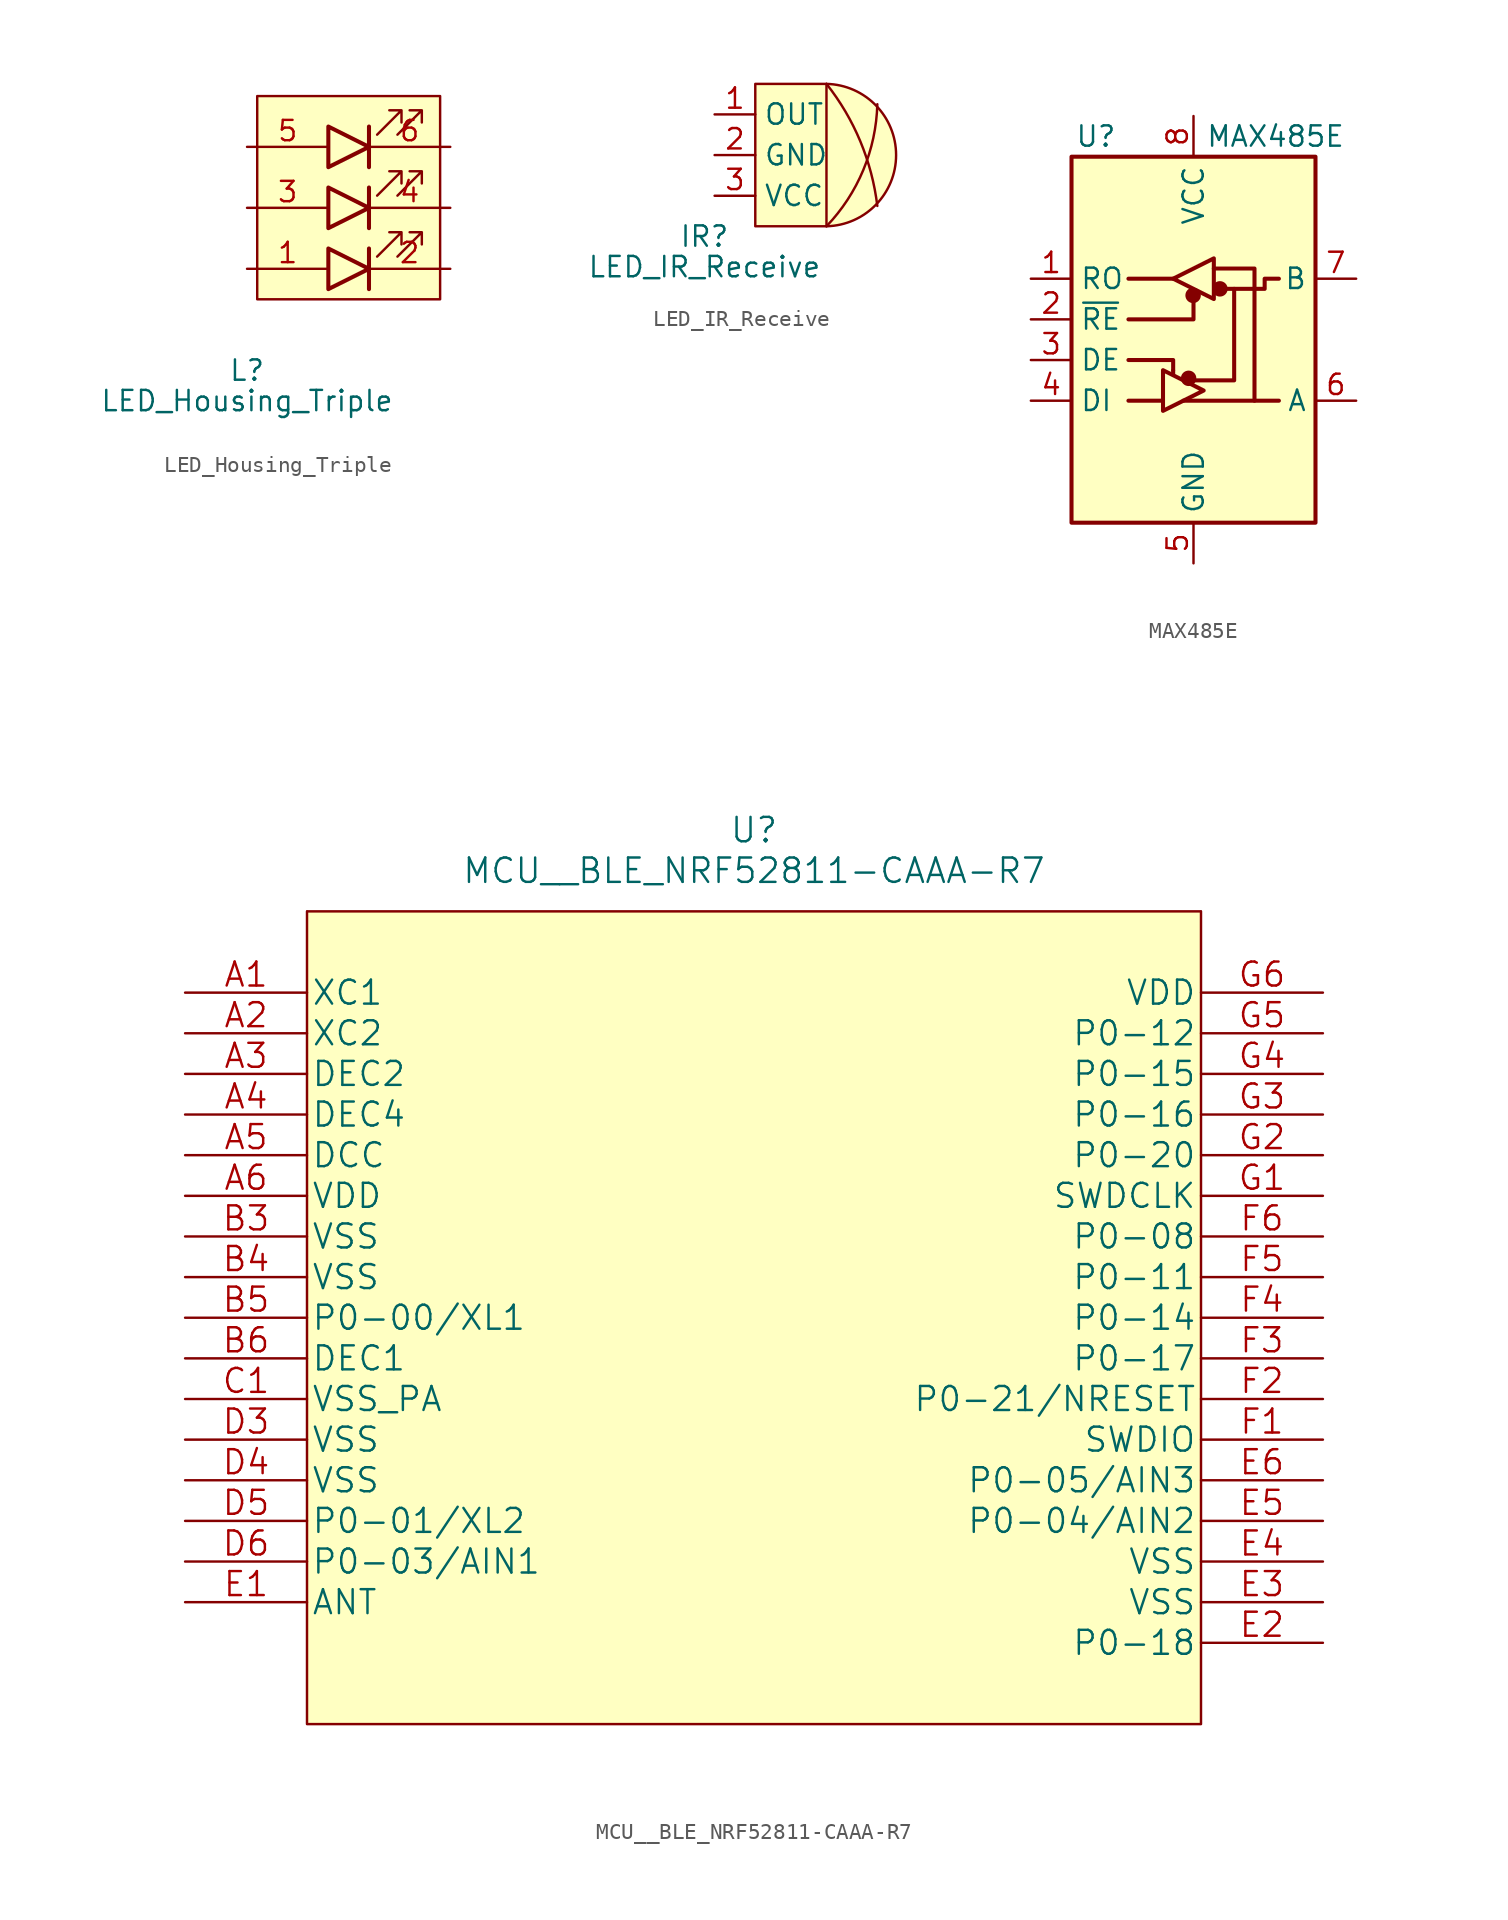
<source format=kicad_sym>
(kicad_symbol_lib
  (version 20220914)
  (generator kicad_symbol_editor)
  (symbol "LED_Housing_Triple"
    (property "Reference" "L"
      (at 0 -6.35 0)
      (effects (font (size 1.27 1.27))))
    (property "Value" "LED_Housing_Triple"
      (at 0 -8.255 0)
      (effects (font (size 1.27 1.27))))
    (symbol "LED_Housing_Triple_0_1"
      (polyline (pts (xy 7.62 1.27) (xy 7.62 -1.27)) (stroke (width 0.254) (type default)) (fill (type none)))
      (polyline (pts (xy 7.62 5.08) (xy 7.62 2.54)) (stroke (width 0.254) (type default)) (fill (type none)))
      (polyline (pts (xy 7.62 8.89) (xy 7.62 6.35)) (stroke (width 0.254) (type default)) (fill (type none)))
      (polyline (pts (xy 5.08 1.27) (xy 5.08 -1.27) (xy 7.62 0) (xy 5.08 1.27)) (stroke (width 0.254) (type default)) (fill (type background)))
      (polyline (pts (xy 5.08 5.08) (xy 5.08 2.54) (xy 7.62 3.81) (xy 5.08 5.08)) (stroke (width 0.254) (type default)) (fill (type background)))
      (polyline (pts (xy 5.08 8.89) (xy 5.08 6.35) (xy 7.62 7.62) (xy 5.08 8.89)) (stroke (width 0.254) (type default)) (fill (type background)))
      (polyline (pts (xy 8.128 0.762) (xy 9.652 2.286) (xy 8.89 2.286) (xy 9.652 2.286) (xy 9.652 1.524)) (stroke (width 0) (type default)) (fill (type none)))
      (polyline (pts (xy 8.128 4.572) (xy 9.652 6.096) (xy 8.89 6.096) (xy 9.652 6.096) (xy 9.652 5.334)) (stroke (width 0) (type default)) (fill (type none)))
      (polyline (pts (xy 8.128 8.382) (xy 9.652 9.906) (xy 8.89 9.906) (xy 9.652 9.906) (xy 9.652 9.144)) (stroke (width 0) (type default)) (fill (type none)))
      (polyline (pts (xy 9.398 0.762) (xy 10.922 2.286) (xy 10.16 2.286) (xy 10.922 2.286) (xy 10.922 1.524)) (stroke (width 0) (type default)) (fill (type none)))
      (polyline (pts (xy 9.398 4.572) (xy 10.922 6.096) (xy 10.16 6.096) (xy 10.922 6.096) (xy 10.922 5.334)) (stroke (width 0) (type default)) (fill (type none)))
      (polyline (pts (xy 9.398 8.382) (xy 10.922 9.906) (xy 10.16 9.906) (xy 10.922 9.906) (xy 10.922 9.144)) (stroke (width 0) (type default)) (fill (type none)))
      (rectangle (start 0.635 10.795) (end 12.065 -1.905) (stroke (width 0) (type default)) (fill (type background))))
    (symbol "LED_Housing_Triple_1_1"
      (pin passive line (at 0 0 0) (length 5.08) (name "" (effects (font (size 1.27 1.27)))) (number "1" (effects (font (size 1.27 1.27)))))
      (pin passive line (at 12.7 0 180) (length 5.08) (name "" (effects (font (size 1.27 1.27)))) (number "2" (effects (font (size 1.27 1.27)))))
      (pin passive line (at 0 3.81 0) (length 5.08) (name "" (effects (font (size 1.27 1.27)))) (number "3" (effects (font (size 1.27 1.27)))))
      (pin passive line (at 12.7 3.81 180) (length 5.08) (name "" (effects (font (size 1.27 1.27)))) (number "4" (effects (font (size 1.27 1.27)))))
      (pin passive line (at 0 7.62 0) (length 5.08) (name "" (effects (font (size 1.27 1.27)))) (number "5" (effects (font (size 1.27 1.27)))))
      (pin passive line (at 12.7 7.62 180) (length 5.08) (name "" (effects (font (size 1.27 1.27)))) (number "6" (effects (font (size 1.27 1.27)))))))
  (symbol "LED_IR_Receive"
    (property "Reference" "IR"
      (at -5.715 -10.16 0)
      (effects (font (size 1.27 1.27))))
    (property "Value" "LED_IR_Receive"
      (at -5.715 -12.065 0)
      (effects (font (size 1.27 1.27))))
    (symbol "LED_IR_Receive_0_1"
      (rectangle (start -2.54 -0.635) (end 1.905 -9.525) (stroke (width 0) (type default)) (fill (type background)))
      (arc (start 1.905 -9.525) (mid 6.2521 -5.08) (end 1.905 -0.635) (stroke (width 0) (type default)) (fill (type background)))
      (arc (start 1.905 -9.525) (mid 4.2044 -6.0116) (end 5.08 -1.905) (stroke (width 0) (type default)) (fill (type none)))
      (arc (start 5.08 -8.255) (mid 4.0198 -4.2253) (end 1.905 -0.635) (stroke (width 0) (type default)) (fill (type none))))
    (symbol "LED_IR_Receive_1_1"
      (pin output line (at -5.08 -2.54 0) (length 2.54) (name "OUT" (effects (font (size 1.27 1.27)))) (number "1" (effects (font (size 1.27 1.27)))))
      (pin passive line (at -5.08 -5.08 0) (length 2.54) (name "GND" (effects (font (size 1.27 1.27)))) (number "2" (effects (font (size 1.27 1.27)))))
      (pin power_in line (at -5.08 -7.62 0) (length 2.54) (name "VCC" (effects (font (size 1.27 1.27)))) (number "3" (effects (font (size 1.27 1.27)))))))
  (symbol "MAX485E"
    (property "Reference" "U"
      (at -6.096 11.43 0)
      (effects (font (size 1.27 1.27))))
    (property "Value" "MAX485E"
      (at 0.762 11.43 0)
      (effects (font (size 1.27 1.27)) (justify left)))
    (symbol "MAX485E_0_1"
      (rectangle (start -7.62 10.16) (end 7.62 -12.7) (stroke (width 0.254) (type default)) (fill (type background)))
      (circle (center -0.305 -3.683) (radius 0.356) (stroke (width 0.254) (type default)) (fill (type outline)))
      (circle (center -0.025 1.499) (radius 0.356) (stroke (width 0.254) (type default)) (fill (type outline)))
      (polyline (pts (xy -4.064 -5.08) (xy -1.905 -5.08)) (stroke (width 0.254) (type default)) (fill (type none)))
      (polyline (pts (xy -4.064 2.54) (xy -1.27 2.54)) (stroke (width 0.254) (type default)) (fill (type none)))
      (polyline (pts (xy -1.27 -3.2) (xy -1.27 -3.454)) (stroke (width 0.254) (type default)) (fill (type none)))
      (polyline (pts (xy -0.635 -5.08) (xy 5.334 -5.08)) (stroke (width 0.254) (type default)) (fill (type none)))
      (polyline (pts (xy -4.064 -2.54) (xy -1.27 -2.54) (xy -1.27 -3.175)) (stroke (width 0.254) (type default)) (fill (type none)))
      (polyline (pts (xy 0 1.27) (xy 0 0) (xy -4.064 0)) (stroke (width 0.254) (type default)) (fill (type none)))
      (polyline (pts (xy 1.27 3.175) (xy 3.81 3.175) (xy 3.81 -5.08)) (stroke (width 0.254) (type default)) (fill (type none)))
      (polyline (pts (xy 2.54 1.905) (xy 2.54 -3.81) (xy 0 -3.81)) (stroke (width 0.254) (type default)) (fill (type none)))
      (polyline (pts (xy -1.905 -3.175) (xy -1.905 -5.715) (xy 0.635 -4.445) (xy -1.905 -3.175)) (stroke (width 0.254) (type default)) (fill (type none)))
      (polyline (pts (xy -1.27 2.54) (xy 1.27 3.81) (xy 1.27 1.27) (xy -1.27 2.54)) (stroke (width 0.254) (type default)) (fill (type none)))
      (polyline (pts (xy 1.905 1.905) (xy 4.445 1.905) (xy 4.445 2.54) (xy 5.334 2.54)) (stroke (width 0.254) (type default)) (fill (type none)))
      (rectangle (start 1.27 3.175) (end 1.27 3.175) (stroke (width 0) (type default)) (fill (type none)))
      (circle (center 1.651 1.905) (radius 0.356) (stroke (width 0.254) (type default)) (fill (type outline))))
    (symbol "MAX485E_1_1"
      (pin output line (at -10.16 2.54 0) (length 2.54) (name "RO" (effects (font (size 1.27 1.27)))) (number "1" (effects (font (size 1.27 1.27)))))
      (pin input line (at -10.16 0 0) (length 2.54) (name "~{RE}" (effects (font (size 1.27 1.27)))) (number "2" (effects (font (size 1.27 1.27)))))
      (pin input line (at -10.16 -2.54 0) (length 2.54) (name "DE" (effects (font (size 1.27 1.27)))) (number "3" (effects (font (size 1.27 1.27)))))
      (pin input line (at -10.16 -5.08 0) (length 2.54) (name "DI" (effects (font (size 1.27 1.27)))) (number "4" (effects (font (size 1.27 1.27)))))
      (pin power_in line (at 0 -15.24 90) (length 2.54) (name "GND" (effects (font (size 1.27 1.27)))) (number "5" (effects (font (size 1.27 1.27)))))
      (pin bidirectional line (at 10.16 -5.08 180) (length 2.54) (name "A" (effects (font (size 1.27 1.27)))) (number "6" (effects (font (size 1.27 1.27)))))
      (pin bidirectional line (at 10.16 2.54 180) (length 2.54) (name "B" (effects (font (size 1.27 1.27)))) (number "7" (effects (font (size 1.27 1.27)))))
      (pin power_in line (at 0 12.7 270) (length 2.54) (name "VCC" (effects (font (size 1.27 1.27)))) (number "8" (effects (font (size 1.27 1.27)))))))
  (symbol "MCU__BLE_NRF52811-CAAA-R7"
    (pin_names
      (offset 0.254))
    (property "Reference" "U"
      (at 0 27.94 0)
      (effects (font (size 1.524 1.524))))
    (property "Value" "MCU__BLE_NRF52811-CAAA-R7"
      (at 0 25.4 0)
      (effects (font (size 1.524 1.524))))
    (property "Datasheet" ""
      (at -35.56 17.78 0)
      (effects (font (size 1.524 1.524))))
    (symbol "MCU__BLE_NRF52811-CAAA-R7_0_1"
      (rectangle (start -27.94 22.86) (end 27.94 -27.94) (stroke (width 0) (type default)) (fill (type background))))
    (symbol "MCU__BLE_NRF52811-CAAA-R7_1_1"
      (polyline (pts (xy -27.94 22.86) (xy -27.94 -27.94)) (stroke (width 0.127) (type default)) (fill (type none)))
      (polyline (pts (xy 27.94 -27.94) (xy 27.94 22.86)) (stroke (width 0.127) (type default)) (fill (type none)))
      (pin input line (at -35.56 17.78 0) (length 7.62) (name "XC1" (effects (font (size 1.499 1.499)))) (number "A1" (effects (font (size 1.499 1.499)))))
      (pin input line (at -35.56 15.24 0) (length 7.62) (name "XC2" (effects (font (size 1.499 1.499)))) (number "A2" (effects (font (size 1.499 1.499)))))
      (pin unspecified line (at -35.56 12.7 0) (length 7.62) (name "DEC2" (effects (font (size 1.499 1.499)))) (number "A3" (effects (font (size 1.499 1.499)))))
      (pin unspecified line (at -35.56 10.16 0) (length 7.62) (name "DEC4" (effects (font (size 1.499 1.499)))) (number "A4" (effects (font (size 1.499 1.499)))))
      (pin output line (at -35.56 7.62 0) (length 7.62) (name "DCC" (effects (font (size 1.499 1.499)))) (number "A5" (effects (font (size 1.499 1.499)))))
      (pin power_in line (at -35.56 5.08 0) (length 7.62) (name "VDD" (effects (font (size 1.499 1.499)))) (number "A6" (effects (font (size 1.499 1.499)))))
      (pin power_in line (at -35.56 2.54 0) (length 7.62) (name "VSS" (effects (font (size 1.499 1.499)))) (number "B3" (effects (font (size 1.499 1.499)))))
      (pin power_in line (at -35.56 0 0) (length 7.62) (name "VSS" (effects (font (size 1.499 1.499)))) (number "B4" (effects (font (size 1.499 1.499)))))
      (pin bidirectional line (at -35.56 -2.54 0) (length 7.62) (name "P0-00/XL1" (effects (font (size 1.499 1.499)))) (number "B5" (effects (font (size 1.499 1.499)))))
      (pin unspecified line (at -35.56 -5.08 0) (length 7.62) (name "DEC1" (effects (font (size 1.499 1.499)))) (number "B6" (effects (font (size 1.499 1.499)))))
      (pin power_in line (at -35.56 -7.62 0) (length 7.62) (name "VSS_PA" (effects (font (size 1.499 1.499)))) (number "C1" (effects (font (size 1.499 1.499)))))
      (pin power_in line (at -35.56 -10.16 0) (length 7.62) (name "VSS" (effects (font (size 1.499 1.499)))) (number "D3" (effects (font (size 1.499 1.499)))))
      (pin power_in line (at -35.56 -12.7 0) (length 7.62) (name "VSS" (effects (font (size 1.499 1.499)))) (number "D4" (effects (font (size 1.499 1.499)))))
      (pin bidirectional line (at -35.56 -15.24 0) (length 7.62) (name "P0-01/XL2" (effects (font (size 1.499 1.499)))) (number "D5" (effects (font (size 1.499 1.499)))))
      (pin bidirectional line (at -35.56 -17.78 0) (length 7.62) (name "P0-03/AIN1" (effects (font (size 1.499 1.499)))) (number "D6" (effects (font (size 1.499 1.499)))))
      (pin unspecified line (at -35.56 -20.32 0) (length 7.62) (name "ANT" (effects (font (size 1.499 1.499)))) (number "E1" (effects (font (size 1.499 1.499)))))
      (pin bidirectional line (at 35.56 -22.86 180) (length 7.62) (name "P0-18" (effects (font (size 1.499 1.499)))) (number "E2" (effects (font (size 1.499 1.499)))))
      (pin power_in line (at 35.56 -20.32 180) (length 7.62) (name "VSS" (effects (font (size 1.499 1.499)))) (number "E3" (effects (font (size 1.499 1.499)))))
      (pin power_in line (at 35.56 -17.78 180) (length 7.62) (name "VSS" (effects (font (size 1.499 1.499)))) (number "E4" (effects (font (size 1.499 1.499)))))
      (pin bidirectional line (at 35.56 -15.24 180) (length 7.62) (name "P0-04/AIN2" (effects (font (size 1.499 1.499)))) (number "E5" (effects (font (size 1.499 1.499)))))
      (pin bidirectional line (at 35.56 -12.7 180) (length 7.62) (name "P0-05/AIN3" (effects (font (size 1.499 1.499)))) (number "E6" (effects (font (size 1.499 1.499)))))
      (pin bidirectional line (at 35.56 -10.16 180) (length 7.62) (name "SWDIO" (effects (font (size 1.499 1.499)))) (number "F1" (effects (font (size 1.499 1.499)))))
      (pin bidirectional line (at 35.56 -7.62 180) (length 7.62) (name "P0-21/NRESET" (effects (font (size 1.499 1.499)))) (number "F2" (effects (font (size 1.499 1.499)))))
      (pin bidirectional line (at 35.56 -5.08 180) (length 7.62) (name "P0-17" (effects (font (size 1.499 1.499)))) (number "F3" (effects (font (size 1.499 1.499)))))
      (pin bidirectional line (at 35.56 -2.54 180) (length 7.62) (name "P0-14" (effects (font (size 1.499 1.499)))) (number "F4" (effects (font (size 1.499 1.499)))))
      (pin bidirectional line (at 35.56 0 180) (length 7.62) (name "P0-11" (effects (font (size 1.499 1.499)))) (number "F5" (effects (font (size 1.499 1.499)))))
      (pin bidirectional line (at 35.56 2.54 180) (length 7.62) (name "P0-08" (effects (font (size 1.499 1.499)))) (number "F6" (effects (font (size 1.499 1.499)))))
      (pin input line (at 35.56 5.08 180) (length 7.62) (name "SWDCLK" (effects (font (size 1.499 1.499)))) (number "G1" (effects (font (size 1.499 1.499)))))
      (pin bidirectional line (at 35.56 7.62 180) (length 7.62) (name "P0-20" (effects (font (size 1.499 1.499)))) (number "G2" (effects (font (size 1.499 1.499)))))
      (pin bidirectional line (at 35.56 10.16 180) (length 7.62) (name "P0-16" (effects (font (size 1.499 1.499)))) (number "G3" (effects (font (size 1.499 1.499)))))
      (pin bidirectional line (at 35.56 12.7 180) (length 7.62) (name "P0-15" (effects (font (size 1.499 1.499)))) (number "G4" (effects (font (size 1.499 1.499)))))
      (pin bidirectional line (at 35.56 15.24 180) (length 7.62) (name "P0-12" (effects (font (size 1.499 1.499)))) (number "G5" (effects (font (size 1.499 1.499)))))
      (pin power_in line (at 35.56 17.78 180) (length 7.62) (name "VDD" (effects (font (size 1.499 1.499)))) (number "G6" (effects (font (size 1.499 1.499))))))))
</source>
